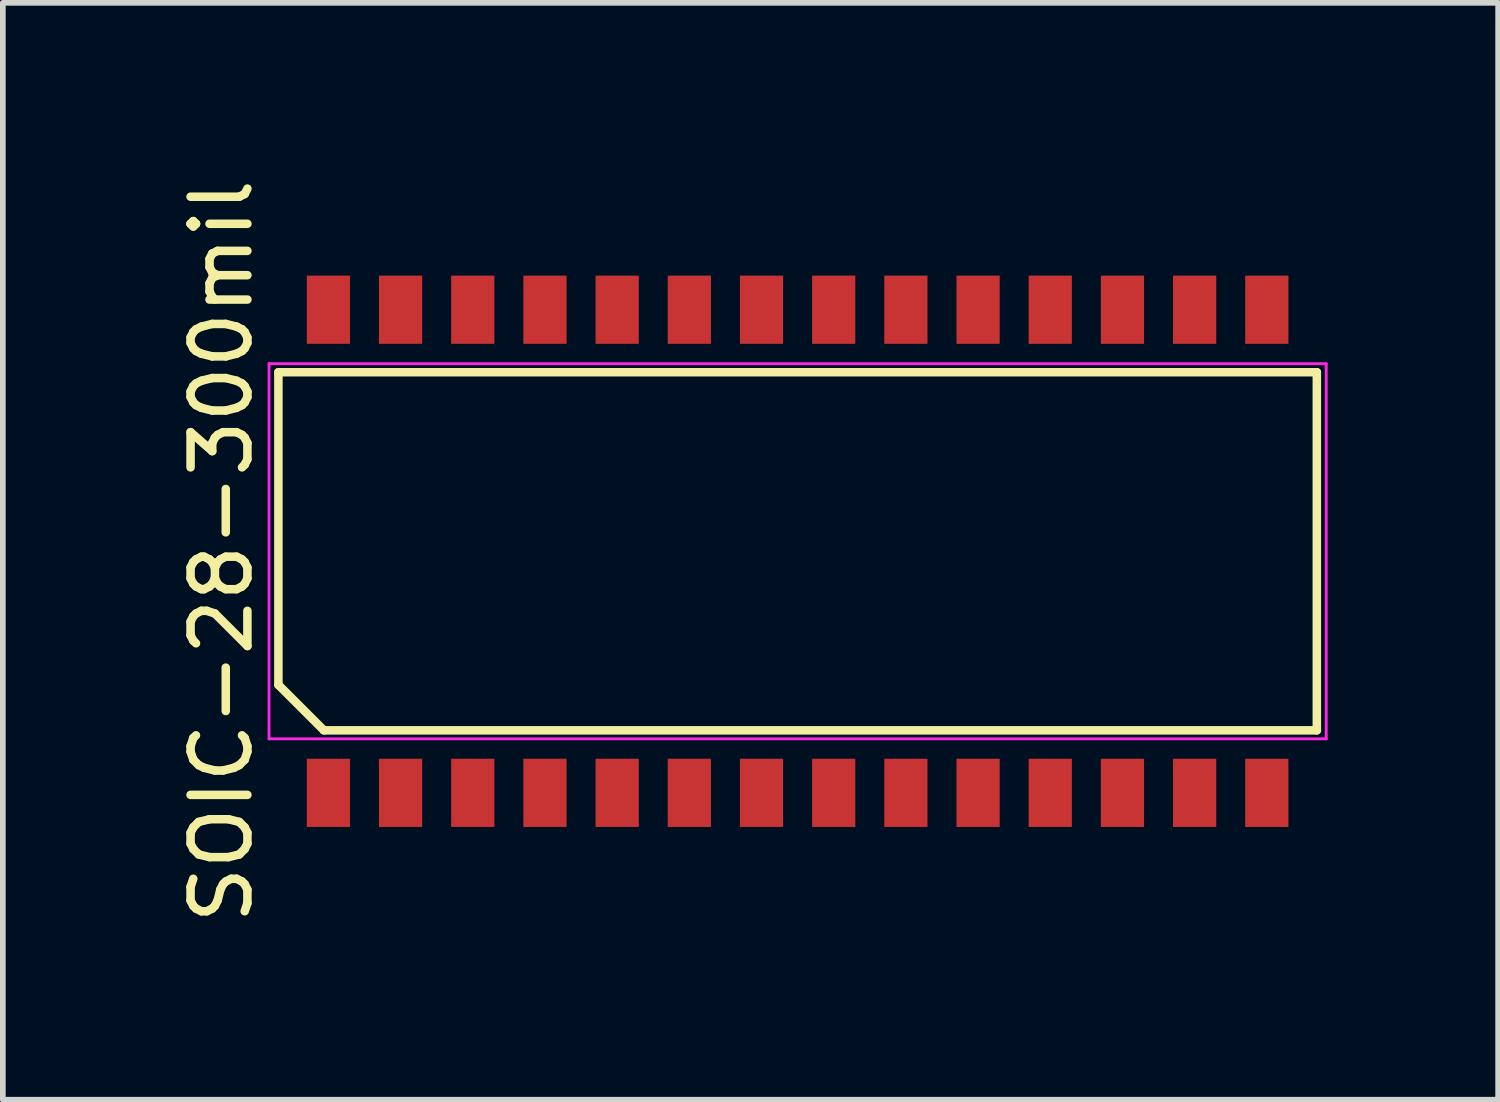
<source format=kicad_pcb>
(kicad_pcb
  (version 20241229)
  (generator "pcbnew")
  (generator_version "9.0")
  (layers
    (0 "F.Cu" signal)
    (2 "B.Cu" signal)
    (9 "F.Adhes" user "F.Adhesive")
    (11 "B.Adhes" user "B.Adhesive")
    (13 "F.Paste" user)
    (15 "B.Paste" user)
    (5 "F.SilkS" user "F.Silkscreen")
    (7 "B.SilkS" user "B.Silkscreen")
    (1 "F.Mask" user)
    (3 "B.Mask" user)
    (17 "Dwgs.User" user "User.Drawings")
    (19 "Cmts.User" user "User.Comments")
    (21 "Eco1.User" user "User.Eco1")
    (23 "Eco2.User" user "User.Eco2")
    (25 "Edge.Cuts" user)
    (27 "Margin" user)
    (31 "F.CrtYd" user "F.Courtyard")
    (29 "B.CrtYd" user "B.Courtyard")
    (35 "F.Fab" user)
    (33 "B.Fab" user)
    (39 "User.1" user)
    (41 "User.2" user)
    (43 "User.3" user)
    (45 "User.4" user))
  (footprint "SOIC-28-300mil"
    (layer "F.Cu")
    (at 10.983 6.649)
    (property "Reference" "SOIC-28-300mil" (at -10.135 0 90) (layer "F.SilkS") (effects (font (size 1 1) (thickness 0.15))))
    (attr smd)
    (fp_line (start -9.135 -3.15) (end 9.135 -3.15) (stroke (width 0.15) (type solid)) (layer "F.SilkS"))
    (fp_line (start -9.135 2.35) (end -9.135 -3.15) (stroke (width 0.15) (type solid)) (layer "F.SilkS"))
    (fp_line (start -8.335 3.15) (end -9.135 2.35) (stroke (width 0.15) (type solid)) (layer "F.SilkS"))
    (fp_line (start 9.135 -3.15) (end 9.135 3.15) (stroke (width 0.15) (type solid)) (layer "F.SilkS"))
    (fp_line (start 9.135 3.15) (end -8.335 3.15) (stroke (width 0.15) (type solid)) (layer "F.SilkS"))
    (fp_line (start -9.3 -3.3) (end 9.3 -3.3) (stroke (width 0.05) (type solid)) (layer "F.CrtYd"))
    (fp_line (start -9.3 3.3) (end -9.3 -3.3) (stroke (width 0.05) (type solid)) (layer "F.CrtYd"))
    (fp_line (start 9.3 -3.3) (end 9.3 3.3) (stroke (width 0.05) (type solid)) (layer "F.CrtYd"))
    (fp_line (start 9.3 3.3) (end -9.3 3.3) (stroke (width 0.05) (type solid)) (layer "F.CrtYd"))
    (pad "1" smd rect (at -8.255 4.25) (size 0.76 1.2) (layers "F.Cu" "F.Mask" "F.Paste"))
    (pad "2" smd rect (at -6.985 4.25) (size 0.76 1.2) (layers "F.Cu" "F.Mask" "F.Paste"))
    (pad "3" smd rect (at -5.715 4.25) (size 0.76 1.2) (layers "F.Cu" "F.Mask" "F.Paste"))
    (pad "4" smd rect (at -4.445 4.25) (size 0.76 1.2) (layers "F.Cu" "F.Mask" "F.Paste"))
    (pad "5" smd rect (at -3.175 4.25) (size 0.76 1.2) (layers "F.Cu" "F.Mask" "F.Paste"))
    (pad "6" smd rect (at -1.905 4.25) (size 0.76 1.2) (layers "F.Cu" "F.Mask" "F.Paste"))
    (pad "7" smd rect (at -0.635 4.25) (size 0.76 1.2) (layers "F.Cu" "F.Mask" "F.Paste"))
    (pad "8" smd rect (at 0.635 4.25) (size 0.76 1.2) (layers "F.Cu" "F.Mask" "F.Paste"))
    (pad "9" smd rect (at 1.905 4.25) (size 0.76 1.2) (layers "F.Cu" "F.Mask" "F.Paste"))
    (pad "10" smd rect (at 3.175 4.25) (size 0.76 1.2) (layers "F.Cu" "F.Mask" "F.Paste"))
    (pad "11" smd rect (at 4.445 4.25) (size 0.76 1.2) (layers "F.Cu" "F.Mask" "F.Paste"))
    (pad "12" smd rect (at 5.715 4.25) (size 0.76 1.2) (layers "F.Cu" "F.Mask" "F.Paste"))
    (pad "13" smd rect (at 6.985 4.25) (size 0.76 1.2) (layers "F.Cu" "F.Mask" "F.Paste"))
    (pad "14" smd rect (at 8.255 4.25) (size 0.76 1.2) (layers "F.Cu" "F.Mask" "F.Paste"))
    (pad "15" smd rect (at 8.255 -4.25) (size 0.76 1.2) (layers "F.Cu" "F.Mask" "F.Paste"))
    (pad "16" smd rect (at 6.985 -4.25) (size 0.76 1.2) (layers "F.Cu" "F.Mask" "F.Paste"))
    (pad "17" smd rect (at 5.715 -4.25) (size 0.76 1.2) (layers "F.Cu" "F.Mask" "F.Paste"))
    (pad "18" smd rect (at 4.445 -4.25) (size 0.76 1.2) (layers "F.Cu" "F.Mask" "F.Paste"))
    (pad "19" smd rect (at 3.175 -4.25) (size 0.76 1.2) (layers "F.Cu" "F.Mask" "F.Paste"))
    (pad "20" smd rect (at 1.905 -4.25) (size 0.76 1.2) (layers "F.Cu" "F.Mask" "F.Paste"))
    (pad "21" smd rect (at 0.635 -4.25) (size 0.76 1.2) (layers "F.Cu" "F.Mask" "F.Paste"))
    (pad "22" smd rect (at -0.635 -4.25) (size 0.76 1.2) (layers "F.Cu" "F.Mask" "F.Paste"))
    (pad "23" smd rect (at -1.905 -4.25) (size 0.76 1.2) (layers "F.Cu" "F.Mask" "F.Paste"))
    (pad "24" smd rect (at -3.175 -4.25) (size 0.76 1.2) (layers "F.Cu" "F.Mask" "F.Paste"))
    (pad "25" smd rect (at -4.445 -4.25) (size 0.76 1.2) (layers "F.Cu" "F.Mask" "F.Paste"))
    (pad "26" smd rect (at -5.715 -4.25) (size 0.76 1.2) (layers "F.Cu" "F.Mask" "F.Paste"))
    (pad "27" smd rect (at -6.985 -4.25) (size 0.76 1.2) (layers "F.Cu" "F.Mask" "F.Paste"))
    (pad "28" smd rect (at -8.255 -4.25) (size 0.76 1.2) (layers "F.Cu" "F.Mask" "F.Paste")))
  (gr_rect
    (start -3 -3)
    (end 23.308 16.298)
    (stroke (width 0.1) (type default))
    (fill no)
    (layer "Edge.Cuts")))
</source>
